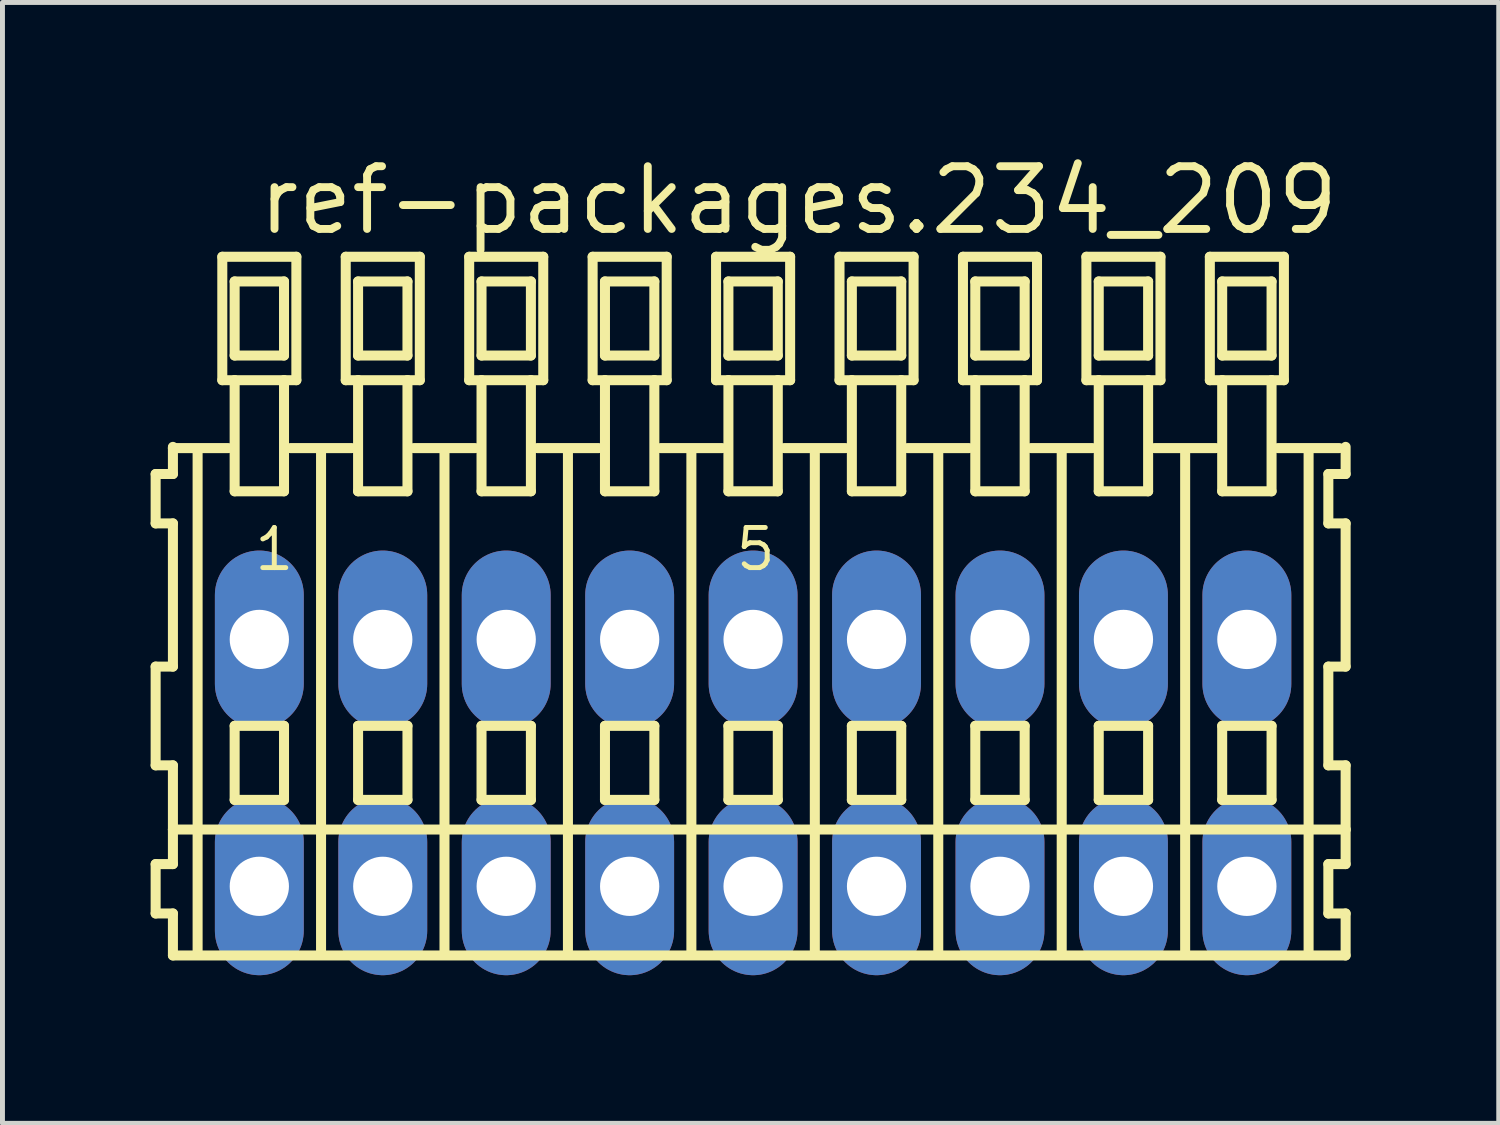
<source format=kicad_pcb>
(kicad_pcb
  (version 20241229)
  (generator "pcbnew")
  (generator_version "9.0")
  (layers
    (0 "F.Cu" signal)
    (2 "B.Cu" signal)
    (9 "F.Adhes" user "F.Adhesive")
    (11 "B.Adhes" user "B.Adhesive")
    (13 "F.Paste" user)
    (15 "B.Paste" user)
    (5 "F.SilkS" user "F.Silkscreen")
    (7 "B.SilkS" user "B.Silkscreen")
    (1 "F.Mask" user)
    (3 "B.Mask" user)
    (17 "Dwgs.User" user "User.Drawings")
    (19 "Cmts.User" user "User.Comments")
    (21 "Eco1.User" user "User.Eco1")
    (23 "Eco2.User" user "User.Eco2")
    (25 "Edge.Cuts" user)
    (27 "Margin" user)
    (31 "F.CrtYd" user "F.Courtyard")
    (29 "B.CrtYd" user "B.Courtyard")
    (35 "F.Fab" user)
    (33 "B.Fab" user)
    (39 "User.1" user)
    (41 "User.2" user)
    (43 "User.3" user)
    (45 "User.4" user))
  (footprint "ref-packages.234_209"
    (layer "F.Cu")
    (at 12.202 12.4)
    (property "Reference" "ref-packages.234_209" (at -10.1 -10.65 0) (layer "F.SilkS") (effects (font (size 1.27 1.27) (thickness 0.16)) (justify left bottom)))
    (attr through_hole)
    (fp_line (start -12.1 -5.85) (end -12.1 -4.85) (stroke (width 0.203) (type default)) (layer "F.SilkS"))
    (fp_line (start -12.1 -4.85) (end -11.75 -4.85) (stroke (width 0.203) (type default)) (layer "F.SilkS"))
    (fp_line (start -12.1 -1.95) (end -12.1 0.05) (stroke (width 0.203) (type default)) (layer "F.SilkS"))
    (fp_line (start -12.1 0.05) (end -11.75 0.05) (stroke (width 0.203) (type default)) (layer "F.SilkS"))
    (fp_line (start -12.1 2.05) (end -12.1 3.05) (stroke (width 0.203) (type default)) (layer "F.SilkS"))
    (fp_line (start -12.1 3.05) (end -11.75 3.05) (stroke (width 0.203) (type default)) (layer "F.SilkS"))
    (fp_line (start -11.75 -6.4) (end -11.75 -6.375) (stroke (width 0.203) (type default)) (layer "F.SilkS"))
    (fp_line (start -11.75 -6.375) (end -11.75 -5.85) (stroke (width 0.203) (type default)) (layer "F.SilkS"))
    (fp_line (start -11.75 -6.375) (end -10.625 -6.375) (stroke (width 0.203) (type default)) (layer "F.SilkS"))
    (fp_line (start -11.75 -5.85) (end -12.1 -5.85) (stroke (width 0.203) (type default)) (layer "F.SilkS"))
    (fp_line (start -11.75 -4.85) (end -11.75 -1.95) (stroke (width 0.203) (type default)) (layer "F.SilkS"))
    (fp_line (start -11.75 -1.95) (end -12.1 -1.95) (stroke (width 0.203) (type default)) (layer "F.SilkS"))
    (fp_line (start -11.75 0.05) (end -11.75 1.35) (stroke (width 0.203) (type default)) (layer "F.SilkS"))
    (fp_line (start -11.75 1.35) (end -11.75 2.05) (stroke (width 0.203) (type default)) (layer "F.SilkS"))
    (fp_line (start -11.75 1.35) (end 12 1.35) (stroke (width 0.203) (type default)) (layer "F.SilkS"))
    (fp_line (start -11.75 2.05) (end -12.1 2.05) (stroke (width 0.203) (type default)) (layer "F.SilkS"))
    (fp_line (start -11.75 3.05) (end -11.75 3.9) (stroke (width 0.203) (type default)) (layer "F.SilkS"))
    (fp_line (start -11.75 3.9) (end 12 3.9) (stroke (width 0.203) (type default)) (layer "F.SilkS"))
    (fp_line (start -11.25 -6.35) (end -11.25 3.8) (stroke (width 0.203) (type default)) (layer "F.SilkS"))
    (fp_line (start -10.75 -10.25) (end -10.75 -7.75) (stroke (width 0.203) (type default)) (layer "F.SilkS"))
    (fp_line (start -10.75 -7.75) (end -10.5 -7.75) (stroke (width 0.203) (type default)) (layer "F.SilkS"))
    (fp_line (start -10.5 -9.75) (end -10.5 -8.25) (stroke (width 0.203) (type default)) (layer "F.SilkS"))
    (fp_line (start -10.5 -8.25) (end -9.5 -8.25) (stroke (width 0.203) (type default)) (layer "F.SilkS"))
    (fp_line (start -10.5 -7.75) (end -10.5 -5.5) (stroke (width 0.203) (type default)) (layer "F.SilkS"))
    (fp_line (start -10.5 -7.75) (end -9.5 -7.75) (stroke (width 0.203) (type default)) (layer "F.SilkS"))
    (fp_line (start -10.5 -5.5) (end -9.5 -5.5) (stroke (width 0.203) (type default)) (layer "F.SilkS"))
    (fp_line (start -10.5 -0.75) (end -10.5 0.75) (stroke (width 0.203) (type default)) (layer "F.SilkS"))
    (fp_line (start -10.5 0.75) (end -9.5 0.75) (stroke (width 0.203) (type default)) (layer "F.SilkS"))
    (fp_line (start -9.5 -9.75) (end -10.5 -9.75) (stroke (width 0.203) (type default)) (layer "F.SilkS"))
    (fp_line (start -9.5 -8.25) (end -9.5 -9.75) (stroke (width 0.203) (type default)) (layer "F.SilkS"))
    (fp_line (start -9.5 -7.75) (end -9.25 -7.75) (stroke (width 0.203) (type default)) (layer "F.SilkS"))
    (fp_line (start -9.5 -5.5) (end -9.5 -7.75) (stroke (width 0.203) (type default)) (layer "F.SilkS"))
    (fp_line (start -9.5 -0.75) (end -10.5 -0.75) (stroke (width 0.203) (type default)) (layer "F.SilkS"))
    (fp_line (start -9.5 0.75) (end -9.5 -0.75) (stroke (width 0.203) (type default)) (layer "F.SilkS"))
    (fp_line (start -9.375 -6.375) (end -8.125 -6.375) (stroke (width 0.203) (type default)) (layer "F.SilkS"))
    (fp_line (start -9.25 -10.25) (end -10.75 -10.25) (stroke (width 0.203) (type default)) (layer "F.SilkS"))
    (fp_line (start -9.25 -7.75) (end -9.25 -10.25) (stroke (width 0.203) (type default)) (layer "F.SilkS"))
    (fp_line (start -8.75 -6.35) (end -8.75 3.8) (stroke (width 0.203) (type default)) (layer "F.SilkS"))
    (fp_line (start -8.25 -10.25) (end -8.25 -7.75) (stroke (width 0.203) (type default)) (layer "F.SilkS"))
    (fp_line (start -8.25 -7.75) (end -8 -7.75) (stroke (width 0.203) (type default)) (layer "F.SilkS"))
    (fp_line (start -8 -9.75) (end -8 -8.25) (stroke (width 0.203) (type default)) (layer "F.SilkS"))
    (fp_line (start -8 -8.25) (end -7 -8.25) (stroke (width 0.203) (type default)) (layer "F.SilkS"))
    (fp_line (start -8 -7.75) (end -8 -5.5) (stroke (width 0.203) (type default)) (layer "F.SilkS"))
    (fp_line (start -8 -7.75) (end -7 -7.75) (stroke (width 0.203) (type default)) (layer "F.SilkS"))
    (fp_line (start -8 -5.5) (end -7 -5.5) (stroke (width 0.203) (type default)) (layer "F.SilkS"))
    (fp_line (start -8 -0.75) (end -8 0.75) (stroke (width 0.203) (type default)) (layer "F.SilkS"))
    (fp_line (start -8 0.75) (end -7 0.75) (stroke (width 0.203) (type default)) (layer "F.SilkS"))
    (fp_line (start -7 -9.75) (end -8 -9.75) (stroke (width 0.203) (type default)) (layer "F.SilkS"))
    (fp_line (start -7 -8.25) (end -7 -9.75) (stroke (width 0.203) (type default)) (layer "F.SilkS"))
    (fp_line (start -7 -7.75) (end -6.75 -7.75) (stroke (width 0.203) (type default)) (layer "F.SilkS"))
    (fp_line (start -7 -5.5) (end -7 -7.75) (stroke (width 0.203) (type default)) (layer "F.SilkS"))
    (fp_line (start -7 -0.75) (end -8 -0.75) (stroke (width 0.203) (type default)) (layer "F.SilkS"))
    (fp_line (start -7 0.75) (end -7 -0.75) (stroke (width 0.203) (type default)) (layer "F.SilkS"))
    (fp_line (start -6.875 -6.375) (end -5.625 -6.375) (stroke (width 0.203) (type default)) (layer "F.SilkS"))
    (fp_line (start -6.75 -10.25) (end -8.25 -10.25) (stroke (width 0.203) (type default)) (layer "F.SilkS"))
    (fp_line (start -6.75 -7.75) (end -6.75 -10.25) (stroke (width 0.203) (type default)) (layer "F.SilkS"))
    (fp_line (start -6.25 -6.35) (end -6.25 3.8) (stroke (width 0.203) (type default)) (layer "F.SilkS"))
    (fp_line (start -5.75 -10.25) (end -5.75 -7.75) (stroke (width 0.203) (type default)) (layer "F.SilkS"))
    (fp_line (start -5.75 -7.75) (end -5.5 -7.75) (stroke (width 0.203) (type default)) (layer "F.SilkS"))
    (fp_line (start -5.5 -9.75) (end -5.5 -8.25) (stroke (width 0.203) (type default)) (layer "F.SilkS"))
    (fp_line (start -5.5 -8.25) (end -4.5 -8.25) (stroke (width 0.203) (type default)) (layer "F.SilkS"))
    (fp_line (start -5.5 -7.75) (end -5.5 -5.5) (stroke (width 0.203) (type default)) (layer "F.SilkS"))
    (fp_line (start -5.5 -7.75) (end -4.5 -7.75) (stroke (width 0.203) (type default)) (layer "F.SilkS"))
    (fp_line (start -5.5 -5.5) (end -4.5 -5.5) (stroke (width 0.203) (type default)) (layer "F.SilkS"))
    (fp_line (start -5.5 -0.75) (end -5.5 0.75) (stroke (width 0.203) (type default)) (layer "F.SilkS"))
    (fp_line (start -5.5 0.75) (end -4.5 0.75) (stroke (width 0.203) (type default)) (layer "F.SilkS"))
    (fp_line (start -4.5 -9.75) (end -5.5 -9.75) (stroke (width 0.203) (type default)) (layer "F.SilkS"))
    (fp_line (start -4.5 -8.25) (end -4.5 -9.75) (stroke (width 0.203) (type default)) (layer "F.SilkS"))
    (fp_line (start -4.5 -7.75) (end -4.25 -7.75) (stroke (width 0.203) (type default)) (layer "F.SilkS"))
    (fp_line (start -4.5 -5.5) (end -4.5 -7.75) (stroke (width 0.203) (type default)) (layer "F.SilkS"))
    (fp_line (start -4.5 -0.75) (end -5.5 -0.75) (stroke (width 0.203) (type default)) (layer "F.SilkS"))
    (fp_line (start -4.5 0.75) (end -4.5 -0.75) (stroke (width 0.203) (type default)) (layer "F.SilkS"))
    (fp_line (start -4.375 -6.375) (end -3.125 -6.375) (stroke (width 0.203) (type default)) (layer "F.SilkS"))
    (fp_line (start -4.25 -10.25) (end -5.75 -10.25) (stroke (width 0.203) (type default)) (layer "F.SilkS"))
    (fp_line (start -4.25 -7.75) (end -4.25 -10.25) (stroke (width 0.203) (type default)) (layer "F.SilkS"))
    (fp_line (start -3.75 -6.35) (end -3.75 3.8) (stroke (width 0.203) (type default)) (layer "F.SilkS"))
    (fp_line (start -3.25 -10.25) (end -3.25 -7.75) (stroke (width 0.203) (type default)) (layer "F.SilkS"))
    (fp_line (start -3.25 -7.75) (end -3 -7.75) (stroke (width 0.203) (type default)) (layer "F.SilkS"))
    (fp_line (start -3 -9.75) (end -3 -8.25) (stroke (width 0.203) (type default)) (layer "F.SilkS"))
    (fp_line (start -3 -8.25) (end -2 -8.25) (stroke (width 0.203) (type default)) (layer "F.SilkS"))
    (fp_line (start -3 -7.75) (end -3 -5.5) (stroke (width 0.203) (type default)) (layer "F.SilkS"))
    (fp_line (start -3 -7.75) (end -2 -7.75) (stroke (width 0.203) (type default)) (layer "F.SilkS"))
    (fp_line (start -3 -5.5) (end -2 -5.5) (stroke (width 0.203) (type default)) (layer "F.SilkS"))
    (fp_line (start -3 -0.75) (end -3 0.75) (stroke (width 0.203) (type default)) (layer "F.SilkS"))
    (fp_line (start -3 0.75) (end -2 0.75) (stroke (width 0.203) (type default)) (layer "F.SilkS"))
    (fp_line (start -2 -9.75) (end -3 -9.75) (stroke (width 0.203) (type default)) (layer "F.SilkS"))
    (fp_line (start -2 -8.25) (end -2 -9.75) (stroke (width 0.203) (type default)) (layer "F.SilkS"))
    (fp_line (start -2 -7.75) (end -1.75 -7.75) (stroke (width 0.203) (type default)) (layer "F.SilkS"))
    (fp_line (start -2 -5.5) (end -2 -7.75) (stroke (width 0.203) (type default)) (layer "F.SilkS"))
    (fp_line (start -2 -0.75) (end -3 -0.75) (stroke (width 0.203) (type default)) (layer "F.SilkS"))
    (fp_line (start -2 0.75) (end -2 -0.75) (stroke (width 0.203) (type default)) (layer "F.SilkS"))
    (fp_line (start -1.875 -6.375) (end -0.625 -6.375) (stroke (width 0.203) (type default)) (layer "F.SilkS"))
    (fp_line (start -1.75 -10.25) (end -3.25 -10.25) (stroke (width 0.203) (type default)) (layer "F.SilkS"))
    (fp_line (start -1.75 -7.75) (end -1.75 -10.25) (stroke (width 0.203) (type default)) (layer "F.SilkS"))
    (fp_line (start -1.25 -6.35) (end -1.25 3.8) (stroke (width 0.203) (type default)) (layer "F.SilkS"))
    (fp_line (start -0.75 -10.25) (end -0.75 -7.75) (stroke (width 0.203) (type default)) (layer "F.SilkS"))
    (fp_line (start -0.75 -7.75) (end -0.5 -7.75) (stroke (width 0.203) (type default)) (layer "F.SilkS"))
    (fp_line (start -0.5 -9.75) (end -0.5 -8.25) (stroke (width 0.203) (type default)) (layer "F.SilkS"))
    (fp_line (start -0.5 -8.25) (end 0.5 -8.25) (stroke (width 0.203) (type default)) (layer "F.SilkS"))
    (fp_line (start -0.5 -7.75) (end -0.5 -5.5) (stroke (width 0.203) (type default)) (layer "F.SilkS"))
    (fp_line (start -0.5 -7.75) (end 0.5 -7.75) (stroke (width 0.203) (type default)) (layer "F.SilkS"))
    (fp_line (start -0.5 -5.5) (end 0.5 -5.5) (stroke (width 0.203) (type default)) (layer "F.SilkS"))
    (fp_line (start -0.5 -0.75) (end -0.5 0.75) (stroke (width 0.203) (type default)) (layer "F.SilkS"))
    (fp_line (start -0.5 0.75) (end 0.5 0.75) (stroke (width 0.203) (type default)) (layer "F.SilkS"))
    (fp_line (start 0.5 -9.75) (end -0.5 -9.75) (stroke (width 0.203) (type default)) (layer "F.SilkS"))
    (fp_line (start 0.5 -8.25) (end 0.5 -9.75) (stroke (width 0.203) (type default)) (layer "F.SilkS"))
    (fp_line (start 0.5 -7.75) (end 0.75 -7.75) (stroke (width 0.203) (type default)) (layer "F.SilkS"))
    (fp_line (start 0.5 -5.5) (end 0.5 -7.75) (stroke (width 0.203) (type default)) (layer "F.SilkS"))
    (fp_line (start 0.5 -0.75) (end -0.5 -0.75) (stroke (width 0.203) (type default)) (layer "F.SilkS"))
    (fp_line (start 0.5 0.75) (end 0.5 -0.75) (stroke (width 0.203) (type default)) (layer "F.SilkS"))
    (fp_line (start 0.625 -6.375) (end 1.875 -6.375) (stroke (width 0.203) (type default)) (layer "F.SilkS"))
    (fp_line (start 0.75 -10.25) (end -0.75 -10.25) (stroke (width 0.203) (type default)) (layer "F.SilkS"))
    (fp_line (start 0.75 -7.75) (end 0.75 -10.25) (stroke (width 0.203) (type default)) (layer "F.SilkS"))
    (fp_line (start 1.25 -6.35) (end 1.25 3.8) (stroke (width 0.203) (type default)) (layer "F.SilkS"))
    (fp_line (start 1.75 -10.25) (end 1.75 -7.75) (stroke (width 0.203) (type default)) (layer "F.SilkS"))
    (fp_line (start 1.75 -7.75) (end 2 -7.75) (stroke (width 0.203) (type default)) (layer "F.SilkS"))
    (fp_line (start 2 -9.75) (end 2 -8.25) (stroke (width 0.203) (type default)) (layer "F.SilkS"))
    (fp_line (start 2 -8.25) (end 3 -8.25) (stroke (width 0.203) (type default)) (layer "F.SilkS"))
    (fp_line (start 2 -7.75) (end 2 -5.5) (stroke (width 0.203) (type default)) (layer "F.SilkS"))
    (fp_line (start 2 -7.75) (end 3 -7.75) (stroke (width 0.203) (type default)) (layer "F.SilkS"))
    (fp_line (start 2 -5.5) (end 3 -5.5) (stroke (width 0.203) (type default)) (layer "F.SilkS"))
    (fp_line (start 2 -0.75) (end 2 0.75) (stroke (width 0.203) (type default)) (layer "F.SilkS"))
    (fp_line (start 2 0.75) (end 3 0.75) (stroke (width 0.203) (type default)) (layer "F.SilkS"))
    (fp_line (start 3 -9.75) (end 2 -9.75) (stroke (width 0.203) (type default)) (layer "F.SilkS"))
    (fp_line (start 3 -8.25) (end 3 -9.75) (stroke (width 0.203) (type default)) (layer "F.SilkS"))
    (fp_line (start 3 -7.75) (end 3.25 -7.75) (stroke (width 0.203) (type default)) (layer "F.SilkS"))
    (fp_line (start 3 -5.5) (end 3 -7.75) (stroke (width 0.203) (type default)) (layer "F.SilkS"))
    (fp_line (start 3 -0.75) (end 2 -0.75) (stroke (width 0.203) (type default)) (layer "F.SilkS"))
    (fp_line (start 3 0.75) (end 3 -0.75) (stroke (width 0.203) (type default)) (layer "F.SilkS"))
    (fp_line (start 3.125 -6.375) (end 4.375 -6.375) (stroke (width 0.203) (type default)) (layer "F.SilkS"))
    (fp_line (start 3.25 -10.25) (end 1.75 -10.25) (stroke (width 0.203) (type default)) (layer "F.SilkS"))
    (fp_line (start 3.25 -7.75) (end 3.25 -10.25) (stroke (width 0.203) (type default)) (layer "F.SilkS"))
    (fp_line (start 3.75 -6.35) (end 3.75 3.8) (stroke (width 0.203) (type default)) (layer "F.SilkS"))
    (fp_line (start 4.25 -10.25) (end 4.25 -7.75) (stroke (width 0.203) (type default)) (layer "F.SilkS"))
    (fp_line (start 4.25 -7.75) (end 4.5 -7.75) (stroke (width 0.203) (type default)) (layer "F.SilkS"))
    (fp_line (start 4.5 -9.75) (end 4.5 -8.25) (stroke (width 0.203) (type default)) (layer "F.SilkS"))
    (fp_line (start 4.5 -8.25) (end 5.5 -8.25) (stroke (width 0.203) (type default)) (layer "F.SilkS"))
    (fp_line (start 4.5 -7.75) (end 4.5 -5.5) (stroke (width 0.203) (type default)) (layer "F.SilkS"))
    (fp_line (start 4.5 -7.75) (end 5.5 -7.75) (stroke (width 0.203) (type default)) (layer "F.SilkS"))
    (fp_line (start 4.5 -5.5) (end 5.5 -5.5) (stroke (width 0.203) (type default)) (layer "F.SilkS"))
    (fp_line (start 4.5 -0.75) (end 4.5 0.75) (stroke (width 0.203) (type default)) (layer "F.SilkS"))
    (fp_line (start 4.5 0.75) (end 5.5 0.75) (stroke (width 0.203) (type default)) (layer "F.SilkS"))
    (fp_line (start 5.5 -9.75) (end 4.5 -9.75) (stroke (width 0.203) (type default)) (layer "F.SilkS"))
    (fp_line (start 5.5 -8.25) (end 5.5 -9.75) (stroke (width 0.203) (type default)) (layer "F.SilkS"))
    (fp_line (start 5.5 -7.75) (end 5.75 -7.75) (stroke (width 0.203) (type default)) (layer "F.SilkS"))
    (fp_line (start 5.5 -5.5) (end 5.5 -7.75) (stroke (width 0.203) (type default)) (layer "F.SilkS"))
    (fp_line (start 5.5 -0.75) (end 4.5 -0.75) (stroke (width 0.203) (type default)) (layer "F.SilkS"))
    (fp_line (start 5.5 0.75) (end 5.5 -0.75) (stroke (width 0.203) (type default)) (layer "F.SilkS"))
    (fp_line (start 5.625 -6.375) (end 6.875 -6.375) (stroke (width 0.203) (type default)) (layer "F.SilkS"))
    (fp_line (start 5.75 -10.25) (end 4.25 -10.25) (stroke (width 0.203) (type default)) (layer "F.SilkS"))
    (fp_line (start 5.75 -7.75) (end 5.75 -10.25) (stroke (width 0.203) (type default)) (layer "F.SilkS"))
    (fp_line (start 6.25 -6.35) (end 6.25 3.8) (stroke (width 0.203) (type default)) (layer "F.SilkS"))
    (fp_line (start 6.75 -10.25) (end 6.75 -7.75) (stroke (width 0.203) (type default)) (layer "F.SilkS"))
    (fp_line (start 6.75 -7.75) (end 7 -7.75) (stroke (width 0.203) (type default)) (layer "F.SilkS"))
    (fp_line (start 7 -9.75) (end 7 -8.25) (stroke (width 0.203) (type default)) (layer "F.SilkS"))
    (fp_line (start 7 -8.25) (end 8 -8.25) (stroke (width 0.203) (type default)) (layer "F.SilkS"))
    (fp_line (start 7 -7.75) (end 7 -5.5) (stroke (width 0.203) (type default)) (layer "F.SilkS"))
    (fp_line (start 7 -7.75) (end 8 -7.75) (stroke (width 0.203) (type default)) (layer "F.SilkS"))
    (fp_line (start 7 -5.5) (end 8 -5.5) (stroke (width 0.203) (type default)) (layer "F.SilkS"))
    (fp_line (start 7 -0.75) (end 7 0.75) (stroke (width 0.203) (type default)) (layer "F.SilkS"))
    (fp_line (start 7 0.75) (end 8 0.75) (stroke (width 0.203) (type default)) (layer "F.SilkS"))
    (fp_line (start 8 -9.75) (end 7 -9.75) (stroke (width 0.203) (type default)) (layer "F.SilkS"))
    (fp_line (start 8 -8.25) (end 8 -9.75) (stroke (width 0.203) (type default)) (layer "F.SilkS"))
    (fp_line (start 8 -7.75) (end 8.25 -7.75) (stroke (width 0.203) (type default)) (layer "F.SilkS"))
    (fp_line (start 8 -5.5) (end 8 -7.75) (stroke (width 0.203) (type default)) (layer "F.SilkS"))
    (fp_line (start 8 -0.75) (end 7 -0.75) (stroke (width 0.203) (type default)) (layer "F.SilkS"))
    (fp_line (start 8 0.75) (end 8 -0.75) (stroke (width 0.203) (type default)) (layer "F.SilkS"))
    (fp_line (start 8.125 -6.375) (end 9.375 -6.375) (stroke (width 0.203) (type default)) (layer "F.SilkS"))
    (fp_line (start 8.25 -10.25) (end 6.75 -10.25) (stroke (width 0.203) (type default)) (layer "F.SilkS"))
    (fp_line (start 8.25 -7.75) (end 8.25 -10.25) (stroke (width 0.203) (type default)) (layer "F.SilkS"))
    (fp_line (start 8.75 -6.35) (end 8.75 3.8) (stroke (width 0.203) (type default)) (layer "F.SilkS"))
    (fp_line (start 9.25 -10.25) (end 9.25 -7.75) (stroke (width 0.203) (type default)) (layer "F.SilkS"))
    (fp_line (start 9.25 -7.75) (end 9.5 -7.75) (stroke (width 0.203) (type default)) (layer "F.SilkS"))
    (fp_line (start 9.5 -9.75) (end 9.5 -8.25) (stroke (width 0.203) (type default)) (layer "F.SilkS"))
    (fp_line (start 9.5 -8.25) (end 10.5 -8.25) (stroke (width 0.203) (type default)) (layer "F.SilkS"))
    (fp_line (start 9.5 -7.75) (end 9.5 -5.5) (stroke (width 0.203) (type default)) (layer "F.SilkS"))
    (fp_line (start 9.5 -7.75) (end 10.5 -7.75) (stroke (width 0.203) (type default)) (layer "F.SilkS"))
    (fp_line (start 9.5 -5.5) (end 10.5 -5.5) (stroke (width 0.203) (type default)) (layer "F.SilkS"))
    (fp_line (start 9.5 -0.75) (end 9.5 0.75) (stroke (width 0.203) (type default)) (layer "F.SilkS"))
    (fp_line (start 9.5 0.75) (end 10.5 0.75) (stroke (width 0.203) (type default)) (layer "F.SilkS"))
    (fp_line (start 10.5 -9.75) (end 9.5 -9.75) (stroke (width 0.203) (type default)) (layer "F.SilkS"))
    (fp_line (start 10.5 -8.25) (end 10.5 -9.75) (stroke (width 0.203) (type default)) (layer "F.SilkS"))
    (fp_line (start 10.5 -7.75) (end 10.75 -7.75) (stroke (width 0.203) (type default)) (layer "F.SilkS"))
    (fp_line (start 10.5 -5.5) (end 10.5 -7.75) (stroke (width 0.203) (type default)) (layer "F.SilkS"))
    (fp_line (start 10.5 -0.75) (end 9.5 -0.75) (stroke (width 0.203) (type default)) (layer "F.SilkS"))
    (fp_line (start 10.5 0.75) (end 10.5 -0.75) (stroke (width 0.203) (type default)) (layer "F.SilkS"))
    (fp_line (start 10.625 -6.375) (end 11.875 -6.375) (stroke (width 0.203) (type default)) (layer "F.SilkS"))
    (fp_line (start 10.75 -10.25) (end 9.25 -10.25) (stroke (width 0.203) (type default)) (layer "F.SilkS"))
    (fp_line (start 10.75 -7.75) (end 10.75 -10.25) (stroke (width 0.203) (type default)) (layer "F.SilkS"))
    (fp_line (start 11.25 -6.35) (end 11.25 3.8) (stroke (width 0.203) (type default)) (layer "F.SilkS"))
    (fp_line (start 11.65 -5.85) (end 11.65 -4.85) (stroke (width 0.203) (type default)) (layer "F.SilkS"))
    (fp_line (start 11.65 -4.85) (end 12 -4.85) (stroke (width 0.203) (type default)) (layer "F.SilkS"))
    (fp_line (start 11.65 -1.95) (end 11.65 0.05) (stroke (width 0.203) (type default)) (layer "F.SilkS"))
    (fp_line (start 11.65 0.05) (end 12 0.05) (stroke (width 0.203) (type default)) (layer "F.SilkS"))
    (fp_line (start 11.65 2.05) (end 11.65 3.05) (stroke (width 0.203) (type default)) (layer "F.SilkS"))
    (fp_line (start 11.65 3.05) (end 12 3.05) (stroke (width 0.203) (type default)) (layer "F.SilkS"))
    (fp_line (start 12 -5.85) (end 11.65 -5.85) (stroke (width 0.203) (type default)) (layer "F.SilkS"))
    (fp_line (start 12 -5.85) (end 12 -6.4) (stroke (width 0.203) (type default)) (layer "F.SilkS"))
    (fp_line (start 12 -1.95) (end 11.65 -1.95) (stroke (width 0.203) (type default)) (layer "F.SilkS"))
    (fp_line (start 12 -1.95) (end 12 -4.85) (stroke (width 0.203) (type default)) (layer "F.SilkS"))
    (fp_line (start 12 1.35) (end 12 0.05) (stroke (width 0.203) (type default)) (layer "F.SilkS"))
    (fp_line (start 12 2.05) (end 11.65 2.05) (stroke (width 0.203) (type default)) (layer "F.SilkS"))
    (fp_line (start 12 2.05) (end 12 1.35) (stroke (width 0.203) (type default)) (layer "F.SilkS"))
    (fp_line (start 12 3.9) (end 12 3.05) (stroke (width 0.203) (type default)) (layer "F.SilkS"))
    (fp_text user "5" (at -0.4 -3.85 0) (layer "F.SilkS") (effects (font (size 0.813 0.813) (thickness 0.1)) (justify left bottom)))
    (fp_text user "1" (at -10.15 -3.85 0) (layer "F.SilkS") (effects (font (size 0.813 0.813) (thickness 0.1)) (justify left bottom)))
    (pad "A1" thru_hole oval (at -10 -2.5 90) (size 3.6 1.8) (drill 1.2) (layers "*.Cu" "*.Mask"))
    (pad "A2" thru_hole oval (at -7.5 -2.5 90) (size 3.6 1.8) (drill 1.2) (layers "*.Cu" "*.Mask"))
    (pad "A3" thru_hole oval (at -5 -2.5 90) (size 3.6 1.8) (drill 1.2) (layers "*.Cu" "*.Mask"))
    (pad "A4" thru_hole oval (at -2.5 -2.5 90) (size 3.6 1.8) (drill 1.2) (layers "*.Cu" "*.Mask"))
    (pad "A5" thru_hole oval (at 0 -2.5 90) (size 3.6 1.8) (drill 1.2) (layers "*.Cu" "*.Mask"))
    (pad "A6" thru_hole oval (at 2.5 -2.5 90) (size 3.6 1.8) (drill 1.2) (layers "*.Cu" "*.Mask"))
    (pad "A7" thru_hole oval (at 5 -2.5 90) (size 3.6 1.8) (drill 1.2) (layers "*.Cu" "*.Mask"))
    (pad "A8" thru_hole oval (at 7.5 -2.5 90) (size 3.6 1.8) (drill 1.2) (layers "*.Cu" "*.Mask"))
    (pad "A9" thru_hole oval (at 10 -2.5 90) (size 3.6 1.8) (drill 1.2) (layers "*.Cu" "*.Mask"))
    (pad "B1" thru_hole oval (at -10 2.5 90) (size 3.6 1.8) (drill 1.2) (layers "*.Cu" "*.Mask"))
    (pad "B2" thru_hole oval (at -7.5 2.5 90) (size 3.6 1.8) (drill 1.2) (layers "*.Cu" "*.Mask"))
    (pad "B3" thru_hole oval (at -5 2.5 90) (size 3.6 1.8) (drill 1.2) (layers "*.Cu" "*.Mask"))
    (pad "B4" thru_hole oval (at -2.5 2.5 90) (size 3.6 1.8) (drill 1.2) (layers "*.Cu" "*.Mask"))
    (pad "B5" thru_hole oval (at 0 2.5 90) (size 3.6 1.8) (drill 1.2) (layers "*.Cu" "*.Mask"))
    (pad "B6" thru_hole oval (at 2.5 2.5 90) (size 3.6 1.8) (drill 1.2) (layers "*.Cu" "*.Mask"))
    (pad "B7" thru_hole oval (at 5 2.5 90) (size 3.6 1.8) (drill 1.2) (layers "*.Cu" "*.Mask"))
    (pad "B8" thru_hole oval (at 7.5 2.5 90) (size 3.6 1.8) (drill 1.2) (layers "*.Cu" "*.Mask"))
    (pad "B9" thru_hole oval (at 10 2.5 90) (size 3.6 1.8) (drill 1.2) (layers "*.Cu" "*.Mask")))
  (gr_rect
    (start -3 -3)
    (end 27.303 19.7)
    (stroke (width 0.1) (type default))
    (fill no)
    (layer "Edge.Cuts")))
</source>
